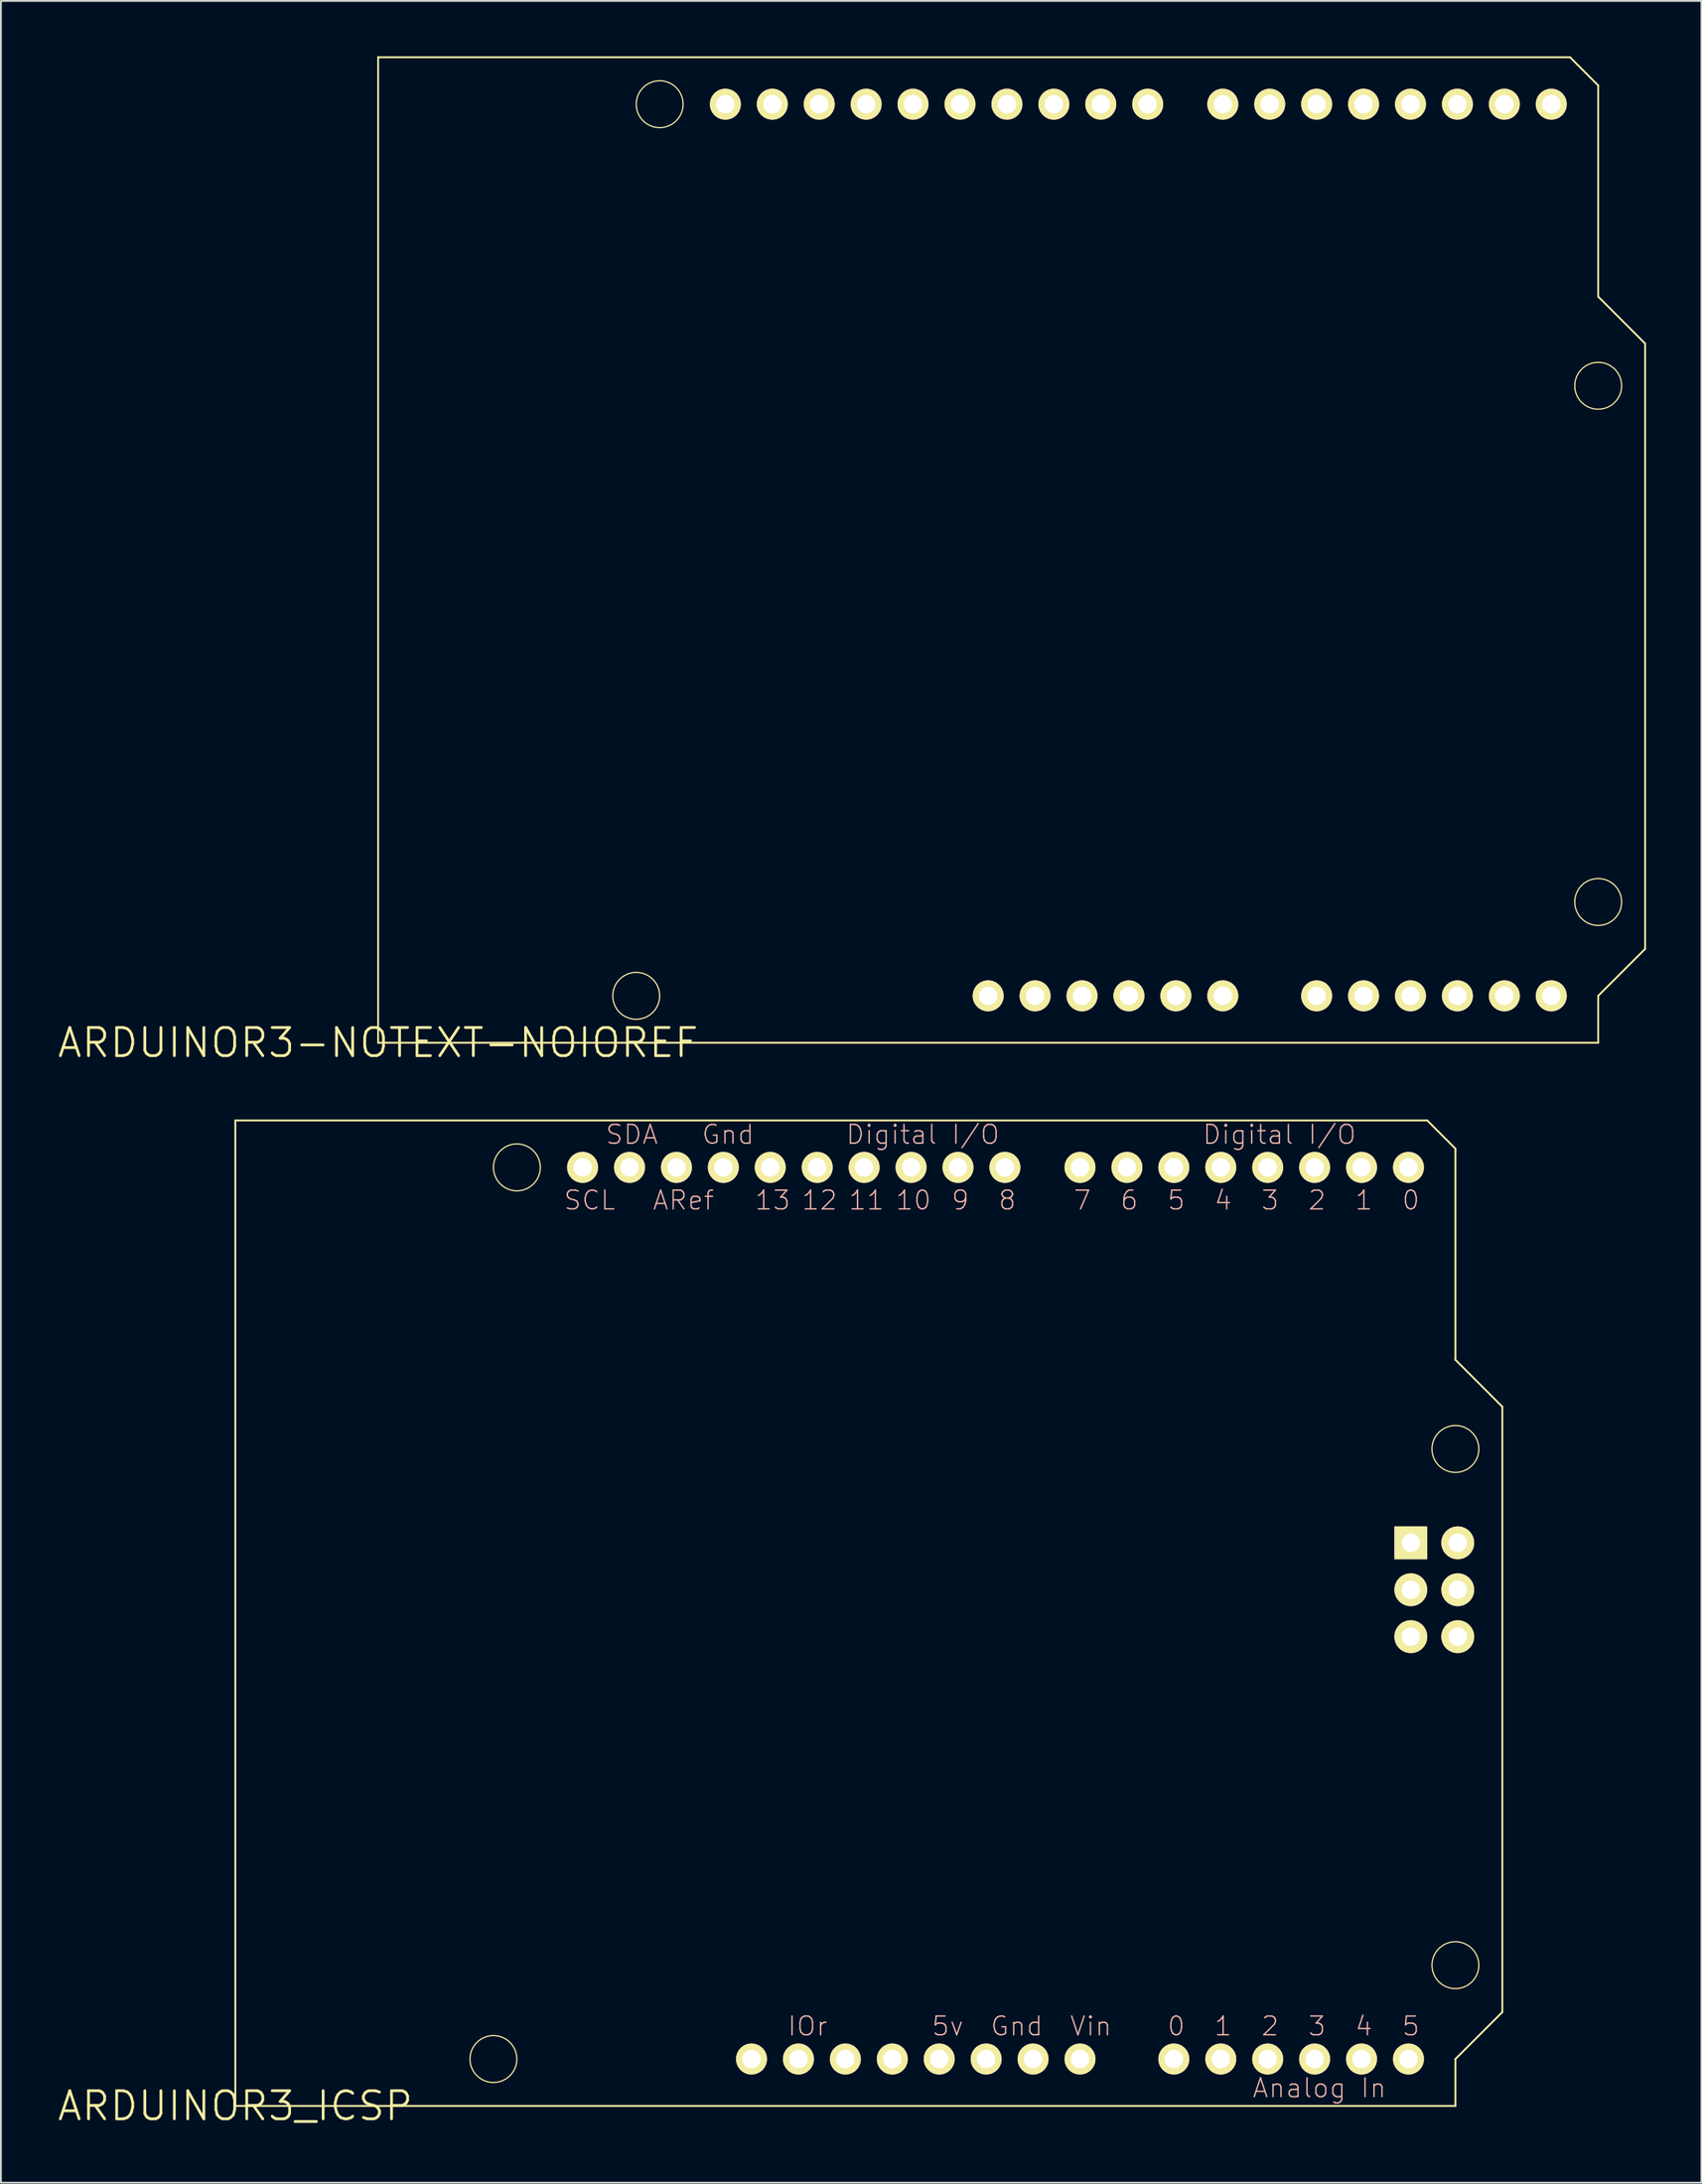
<source format=kicad_pcb>
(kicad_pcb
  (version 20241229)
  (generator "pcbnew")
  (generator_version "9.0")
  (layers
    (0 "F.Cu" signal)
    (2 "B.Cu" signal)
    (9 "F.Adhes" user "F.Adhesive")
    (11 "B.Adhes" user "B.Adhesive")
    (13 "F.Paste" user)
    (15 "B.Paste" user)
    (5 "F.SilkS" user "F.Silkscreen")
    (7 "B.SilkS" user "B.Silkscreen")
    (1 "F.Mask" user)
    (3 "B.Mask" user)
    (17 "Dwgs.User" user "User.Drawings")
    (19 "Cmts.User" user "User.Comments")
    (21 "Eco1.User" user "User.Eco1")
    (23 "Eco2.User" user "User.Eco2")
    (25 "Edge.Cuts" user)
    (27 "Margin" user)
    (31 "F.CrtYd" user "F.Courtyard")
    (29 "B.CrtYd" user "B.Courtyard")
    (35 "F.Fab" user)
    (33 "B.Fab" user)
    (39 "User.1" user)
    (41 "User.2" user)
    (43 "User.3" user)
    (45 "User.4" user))
  (footprint "ARDUINOR3_ICSP"
    (layer "F.Cu")
    (at 9.688 110.935)
    (property "Reference" "ARDUINOR3_ICSP" (at 0 0 0) (layer "F.SilkS") (effects (font (size 1.524 1.524) (thickness 0.15))))
    (attr exclude_from_pos_files exclude_from_bom)
    (fp_line (start 0 -53.34) (end 0 0) (stroke (width 0.1) (type solid)) (layer "F.SilkS"))
    (fp_line (start 0 0) (end 66.04 0) (stroke (width 0.1) (type solid)) (layer "F.SilkS"))
    (fp_line (start 64.516 -53.34) (end 0 -53.34) (stroke (width 0.1) (type solid)) (layer "F.SilkS"))
    (fp_line (start 66.04 -51.816) (end 64.516 -53.34) (stroke (width 0.1) (type solid)) (layer "F.SilkS"))
    (fp_line (start 66.04 -40.386) (end 66.04 -51.816) (stroke (width 0.1) (type solid)) (layer "F.SilkS"))
    (fp_line (start 66.04 -2.54) (end 68.58 -5.08) (stroke (width 0.1) (type solid)) (layer "F.SilkS"))
    (fp_line (start 66.04 0) (end 66.04 -2.54) (stroke (width 0.1) (type solid)) (layer "F.SilkS"))
    (fp_line (start 68.58 -37.846) (end 66.04 -40.386) (stroke (width 0.1) (type solid)) (layer "F.SilkS"))
    (fp_line (start 68.58 -5.08) (end 68.58 -37.846) (stroke (width 0.1) (type solid)) (layer "F.SilkS"))
    (fp_circle (center 13.97 -2.54) (end 14.867 -3.437) (stroke (width 0.064) (type solid)) (fill no) (layer "F.SilkS"))
    (fp_circle (center 15.24 -50.8) (end 16.137 -51.697) (stroke (width 0.064) (type solid)) (fill no) (layer "F.SilkS"))
    (fp_circle (center 66.04 -35.56) (end 66.937 -36.457) (stroke (width 0.064) (type solid)) (fill no) (layer "F.SilkS"))
    (fp_circle (center 66.04 -7.62) (end 66.937 -8.517) (stroke (width 0.064) (type solid)) (fill no) (layer "F.SilkS"))
    (fp_text user "Digital I/O" (at 37.211 -52.578 0) (layer "B.SilkS") (effects (font (size 1.016 1.016) (thickness 0.076))))
    (fp_text user "Gnd" (at 26.67 -52.578 0) (layer "B.SilkS") (effects (font (size 1.016 1.016) (thickness 0.076))))
    (fp_text user "Vin" (at 46.309 -4.318 0) (layer "B.SilkS") (effects (font (size 1.016 1.016) (thickness 0.076))))
    (fp_text user "12" (at 31.623 -49.022 180) (layer "B.SilkS") (effects (font (size 1.016 1.016) (thickness 0.076))))
    (fp_text user "0" (at 63.627 -49.022 180) (layer "B.SilkS") (effects (font (size 1.016 1.016) (thickness 0.076))))
    (fp_text user "0" (at 50.927 -4.318 0) (layer "B.SilkS") (effects (font (size 1.016 1.016) (thickness 0.076))))
    (fp_text user "9" (at 39.243 -49.022 180) (layer "B.SilkS") (effects (font (size 1.016 1.016) (thickness 0.076))))
    (fp_text user "SDA" (at 21.463 -52.578 0) (layer "B.SilkS") (effects (font (size 1.016 1.016) (thickness 0.076))))
    (fp_text user "Analog In" (at 58.682 -0.97 0) (layer "B.SilkS") (effects (font (size 1.016 1.016) (thickness 0.076))))
    (fp_text user "ARef" (at 24.257 -49.022 0) (layer "B.SilkS") (effects (font (size 1.016 1.016) (thickness 0.076))))
    (fp_text user "11" (at 34.163 -49.022 180) (layer "B.SilkS") (effects (font (size 1.016 1.016) (thickness 0.076))))
    (fp_text user "4" (at 53.467 -49.022 180) (layer "B.SilkS") (effects (font (size 1.016 1.016) (thickness 0.076))))
    (fp_text user "SCL" (at 19.177 -49.022 0) (layer "B.SilkS") (effects (font (size 1.016 1.016) (thickness 0.076))))
    (fp_text user "4" (at 61.084 -4.318 0) (layer "B.SilkS") (effects (font (size 1.016 1.016) (thickness 0.076))))
    (fp_text user "10" (at 36.703 -49.022 180) (layer "B.SilkS") (effects (font (size 1.016 1.016) (thickness 0.076))))
    (fp_text user "5v" (at 38.562 -4.318 0) (layer "B.SilkS") (effects (font (size 1.016 1.016) (thickness 0.076))))
    (fp_text user "5" (at 63.627 -4.318 0) (layer "B.SilkS") (effects (font (size 1.016 1.016) (thickness 0.076))))
    (fp_text user "8" (at 41.783 -49.022 180) (layer "B.SilkS") (effects (font (size 1.016 1.016) (thickness 0.076))))
    (fp_text user "5" (at 50.927 -49.022 180) (layer "B.SilkS") (effects (font (size 1.016 1.016) (thickness 0.076))))
    (fp_text user "3" (at 58.547 -4.318 0) (layer "B.SilkS") (effects (font (size 1.016 1.016) (thickness 0.076))))
    (fp_text user "Gnd" (at 42.299 -4.318 0) (layer "B.SilkS") (effects (font (size 1.016 1.016) (thickness 0.076))))
    (fp_text user "6" (at 48.387 -49.022 180) (layer "B.SilkS") (effects (font (size 1.016 1.016) (thickness 0.076))))
    (fp_text user "13" (at 29.083 -49.022 180) (layer "B.SilkS") (effects (font (size 1.016 1.016) (thickness 0.076))))
    (fp_text user "2" (at 58.547 -49.022 180) (layer "B.SilkS") (effects (font (size 1.016 1.016) (thickness 0.076))))
    (fp_text user "7" (at 45.847 -49.022 180) (layer "B.SilkS") (effects (font (size 1.016 1.016) (thickness 0.076))))
    (fp_text user "3" (at 56.007 -49.022 180) (layer "B.SilkS") (effects (font (size 1.016 1.016) (thickness 0.076))))
    (fp_text user "2" (at 56.007 -4.318 0) (layer "B.SilkS") (effects (font (size 1.016 1.016) (thickness 0.076))))
    (fp_text user "1" (at 53.467 -4.318 0) (layer "B.SilkS") (effects (font (size 1.016 1.016) (thickness 0.076))))
    (fp_text user "Digital I/O" (at 56.515 -52.578 0) (layer "B.SilkS") (effects (font (size 1.016 1.016) (thickness 0.076))))
    (fp_text user "IOr" (at 30.978 -4.318 0) (layer "B.SilkS") (effects (font (size 1.016 1.016) (thickness 0.076))))
    (fp_text user "1" (at 61.084 -49.022 180) (layer "B.SilkS") (effects (font (size 1.016 1.016) (thickness 0.076))))
    (pad "3V" thru_hole circle (at 35.56 -2.54) (size 1.676 1.676) (drill 0.998) (layers "*.Cu" "F.Mask" "F.SilkS" "F.Paste"))
    (pad "5V" thru_hole circle (at 38.1 -2.54) (size 1.676 1.676) (drill 0.998) (layers "*.Cu" "F.Mask" "F.SilkS" "F.Paste"))
    (pad "5V_I" thru_hole circle (at 66.167 -30.48) (size 1.778 1.778) (drill 0.998) (layers "*.Cu" "F.Mask" "F.SilkS" "F.Paste"))
    (pad "A0" thru_hole circle (at 50.8 -2.54) (size 1.676 1.676) (drill 0.998) (layers "*.Cu" "F.Mask" "F.SilkS" "F.Paste"))
    (pad "A1" thru_hole circle (at 53.34 -2.54) (size 1.676 1.676) (drill 0.998) (layers "*.Cu" "F.Mask" "F.SilkS" "F.Paste"))
    (pad "A2" thru_hole circle (at 55.88 -2.54) (size 1.676 1.676) (drill 0.998) (layers "*.Cu" "F.Mask" "F.SilkS" "F.Paste"))
    (pad "A3" thru_hole circle (at 58.42 -2.54) (size 1.676 1.676) (drill 0.998) (layers "*.Cu" "F.Mask" "F.SilkS" "F.Paste"))
    (pad "A4" thru_hole circle (at 60.96 -2.54) (size 1.676 1.676) (drill 0.998) (layers "*.Cu" "F.Mask" "F.SilkS" "F.Paste"))
    (pad "A5" thru_hole circle (at 63.5 -2.54) (size 1.676 1.676) (drill 0.998) (layers "*.Cu" "F.Mask" "F.SilkS" "F.Paste"))
    (pad "AREF" thru_hole circle (at 23.876 -50.8) (size 1.676 1.676) (drill 0.998) (layers "*.Cu" "F.Mask" "F.SilkS" "F.Paste"))
    (pad "D0" thru_hole circle (at 63.5 -50.8) (size 1.676 1.676) (drill 0.998) (layers "*.Cu" "F.Mask" "F.SilkS" "F.Paste"))
    (pad "D1" thru_hole circle (at 60.96 -50.8) (size 1.676 1.676) (drill 0.998) (layers "*.Cu" "F.Mask" "F.SilkS" "F.Paste"))
    (pad "D2" thru_hole circle (at 58.42 -50.8) (size 1.676 1.676) (drill 0.998) (layers "*.Cu" "F.Mask" "F.SilkS" "F.Paste"))
    (pad "D3" thru_hole circle (at 55.88 -50.8) (size 1.676 1.676) (drill 0.998) (layers "*.Cu" "F.Mask" "F.SilkS" "F.Paste"))
    (pad "D4" thru_hole circle (at 53.34 -50.8) (size 1.676 1.676) (drill 0.998) (layers "*.Cu" "F.Mask" "F.SilkS" "F.Paste"))
    (pad "D5" thru_hole circle (at 50.8 -50.8) (size 1.676 1.676) (drill 0.998) (layers "*.Cu" "F.Mask" "F.SilkS" "F.Paste"))
    (pad "D6" thru_hole circle (at 48.26 -50.8) (size 1.676 1.676) (drill 0.998) (layers "*.Cu" "F.Mask" "F.SilkS" "F.Paste"))
    (pad "D7" thru_hole circle (at 45.72 -50.8) (size 1.676 1.676) (drill 0.998) (layers "*.Cu" "F.Mask" "F.SilkS" "F.Paste"))
    (pad "D8" thru_hole circle (at 41.656 -50.8) (size 1.676 1.676) (drill 0.998) (layers "*.Cu" "F.Mask" "F.SilkS" "F.Paste"))
    (pad "D9" thru_hole circle (at 39.116 -50.8) (size 1.676 1.676) (drill 0.998) (layers "*.Cu" "F.Mask" "F.SilkS" "F.Paste"))
    (pad "D10" thru_hole circle (at 36.576 -50.8) (size 1.676 1.676) (drill 0.998) (layers "*.Cu" "F.Mask" "F.SilkS" "F.Paste"))
    (pad "D11" thru_hole circle (at 34.036 -50.8) (size 1.676 1.676) (drill 0.998) (layers "*.Cu" "F.Mask" "F.SilkS" "F.Paste"))
    (pad "D12" thru_hole circle (at 31.496 -50.8) (size 1.676 1.676) (drill 0.998) (layers "*.Cu" "F.Mask" "F.SilkS" "F.Paste"))
    (pad "D13" thru_hole circle (at 28.953 -50.8) (size 1.676 1.676) (drill 0.998) (layers "*.Cu" "F.Mask" "F.SilkS" "F.Paste"))
    (pad "GND" thru_hole circle (at 26.416 -50.8) (size 1.676 1.676) (drill 0.998) (layers "*.Cu" "F.Mask" "F.SilkS" "F.Paste"))
    (pad "GND@" thru_hole circle (at 40.64 -2.54) (size 1.676 1.676) (drill 0.998) (layers "*.Cu" "F.Mask" "F.SilkS" "F.Paste"))
    (pad "GND@" thru_hole circle (at 43.18 -2.54) (size 1.676 1.676) (drill 0.998) (layers "*.Cu" "F.Mask" "F.SilkS" "F.Paste"))
    (pad "GND@" thru_hole circle (at 66.167 -25.4) (size 1.778 1.778) (drill 0.998) (layers "*.Cu" "F.Mask" "F.SilkS" "F.Paste"))
    (pad "IORE" thru_hole circle (at 30.48 -2.54) (size 1.676 1.676) (drill 0.998) (layers "*.Cu" "F.Mask" "F.SilkS" "F.Paste"))
    (pad "MISO" thru_hole rect (at 63.627 -30.48) (size 1.778 1.778) (drill 0.998) (layers "*.Cu" "F.Mask" "F.SilkS" "F.Paste"))
    (pad "MOSI" thru_hole circle (at 66.167 -27.94) (size 1.778 1.778) (drill 0.998) (layers "*.Cu" "F.Mask" "F.SilkS" "F.Paste"))
    (pad "RESE" thru_hole circle (at 27.94 -2.54) (size 1.676 1.676) (drill 0.998) (layers "*.Cu" "F.Mask" "F.SilkS" "F.Paste"))
    (pad "RESE" thru_hole circle (at 33.02 -2.54) (size 1.676 1.676) (drill 0.998) (layers "*.Cu" "F.Mask" "F.SilkS" "F.Paste"))
    (pad "RESE" thru_hole circle (at 63.627 -25.4) (size 1.778 1.778) (drill 0.998) (layers "*.Cu" "F.Mask" "F.SilkS" "F.Paste"))
    (pad "SCK" thru_hole circle (at 63.627 -27.94) (size 1.778 1.778) (drill 0.998) (layers "*.Cu" "F.Mask" "F.SilkS" "F.Paste"))
    (pad "SCL" thru_hole circle (at 18.796 -50.8) (size 1.676 1.676) (drill 0.998) (layers "*.Cu" "F.Mask" "F.SilkS" "F.Paste"))
    (pad "SDA" thru_hole circle (at 21.336 -50.8) (size 1.676 1.676) (drill 0.998) (layers "*.Cu" "F.Mask" "F.SilkS" "F.Paste"))
    (pad "VIN" thru_hole circle (at 45.72 -2.54) (size 1.676 1.676) (drill 0.998) (layers "*.Cu" "F.Mask" "F.SilkS" "F.Paste")))
  (footprint "ARDUINOR3-NOTEXT-NOIOREF"
    (layer "F.Cu")
    (at 17.417 53.39)
    (property "Reference" "ARDUINOR3-NOTEXT-NOIOREF" (at 0 0 0) (layer "F.SilkS") (effects (font (size 1.524 1.524) (thickness 0.15))))
    (attr exclude_from_pos_files exclude_from_bom)
    (fp_line (start 0 -53.34) (end 0 0) (stroke (width 0.1) (type solid)) (layer "F.SilkS"))
    (fp_line (start 0 0) (end 66.04 0) (stroke (width 0.1) (type solid)) (layer "F.SilkS"))
    (fp_line (start 64.516 -53.34) (end 0 -53.34) (stroke (width 0.1) (type solid)) (layer "F.SilkS"))
    (fp_line (start 66.04 -51.816) (end 64.516 -53.34) (stroke (width 0.1) (type solid)) (layer "F.SilkS"))
    (fp_line (start 66.04 -40.386) (end 66.04 -51.816) (stroke (width 0.1) (type solid)) (layer "F.SilkS"))
    (fp_line (start 66.04 -2.54) (end 68.58 -5.08) (stroke (width 0.1) (type solid)) (layer "F.SilkS"))
    (fp_line (start 66.04 0) (end 66.04 -2.54) (stroke (width 0.1) (type solid)) (layer "F.SilkS"))
    (fp_line (start 68.58 -37.846) (end 66.04 -40.386) (stroke (width 0.1) (type solid)) (layer "F.SilkS"))
    (fp_line (start 68.58 -5.08) (end 68.58 -37.846) (stroke (width 0.1) (type solid)) (layer "F.SilkS"))
    (fp_circle (center 13.97 -2.54) (end 14.867 -3.437) (stroke (width 0.064) (type solid)) (fill no) (layer "F.SilkS"))
    (fp_circle (center 15.24 -50.8) (end 16.137 -51.697) (stroke (width 0.064) (type solid)) (fill no) (layer "F.SilkS"))
    (fp_circle (center 66.04 -35.56) (end 66.937 -36.457) (stroke (width 0.064) (type solid)) (fill no) (layer "F.SilkS"))
    (fp_circle (center 66.04 -7.62) (end 66.937 -8.517) (stroke (width 0.064) (type solid)) (fill no) (layer "F.SilkS"))
    (pad "3V" thru_hole circle (at 35.56 -2.54) (size 1.676 1.676) (drill 0.998) (layers "*.Cu" "F.Mask" "F.SilkS" "F.Paste"))
    (pad "5V" thru_hole circle (at 38.1 -2.54) (size 1.676 1.676) (drill 0.998) (layers "*.Cu" "F.Mask" "F.SilkS" "F.Paste"))
    (pad "A0" thru_hole circle (at 50.8 -2.54) (size 1.676 1.676) (drill 0.998) (layers "*.Cu" "F.Mask" "F.SilkS" "F.Paste"))
    (pad "A1" thru_hole circle (at 53.34 -2.54) (size 1.676 1.676) (drill 0.998) (layers "*.Cu" "F.Mask" "F.SilkS" "F.Paste"))
    (pad "A2" thru_hole circle (at 55.88 -2.54) (size 1.676 1.676) (drill 0.998) (layers "*.Cu" "F.Mask" "F.SilkS" "F.Paste"))
    (pad "A3" thru_hole circle (at 58.42 -2.54) (size 1.676 1.676) (drill 0.998) (layers "*.Cu" "F.Mask" "F.SilkS" "F.Paste"))
    (pad "A4" thru_hole circle (at 60.96 -2.54) (size 1.676 1.676) (drill 0.998) (layers "*.Cu" "F.Mask" "F.SilkS" "F.Paste"))
    (pad "A5" thru_hole circle (at 63.5 -2.54) (size 1.676 1.676) (drill 0.998) (layers "*.Cu" "F.Mask" "F.SilkS" "F.Paste"))
    (pad "AREF" thru_hole circle (at 23.876 -50.8) (size 1.676 1.676) (drill 0.998) (layers "*.Cu" "F.Mask" "F.SilkS" "F.Paste"))
    (pad "D0" thru_hole circle (at 63.5 -50.8) (size 1.676 1.676) (drill 0.998) (layers "*.Cu" "F.Mask" "F.SilkS" "F.Paste"))
    (pad "D1" thru_hole circle (at 60.96 -50.8) (size 1.676 1.676) (drill 0.998) (layers "*.Cu" "F.Mask" "F.SilkS" "F.Paste"))
    (pad "D2" thru_hole circle (at 58.42 -50.8) (size 1.676 1.676) (drill 0.998) (layers "*.Cu" "F.Mask" "F.SilkS" "F.Paste"))
    (pad "D3" thru_hole circle (at 55.88 -50.8) (size 1.676 1.676) (drill 0.998) (layers "*.Cu" "F.Mask" "F.SilkS" "F.Paste"))
    (pad "D4" thru_hole circle (at 53.34 -50.8) (size 1.676 1.676) (drill 0.998) (layers "*.Cu" "F.Mask" "F.SilkS" "F.Paste"))
    (pad "D5" thru_hole circle (at 50.8 -50.8) (size 1.676 1.676) (drill 0.998) (layers "*.Cu" "F.Mask" "F.SilkS" "F.Paste"))
    (pad "D6" thru_hole circle (at 48.26 -50.8) (size 1.676 1.676) (drill 0.998) (layers "*.Cu" "F.Mask" "F.SilkS" "F.Paste"))
    (pad "D7" thru_hole circle (at 45.72 -50.8) (size 1.676 1.676) (drill 0.998) (layers "*.Cu" "F.Mask" "F.SilkS" "F.Paste"))
    (pad "D8" thru_hole circle (at 41.656 -50.8) (size 1.676 1.676) (drill 0.998) (layers "*.Cu" "F.Mask" "F.SilkS" "F.Paste"))
    (pad "D9" thru_hole circle (at 39.116 -50.8) (size 1.676 1.676) (drill 0.998) (layers "*.Cu" "F.Mask" "F.SilkS" "F.Paste"))
    (pad "D10" thru_hole circle (at 36.576 -50.8) (size 1.676 1.676) (drill 0.998) (layers "*.Cu" "F.Mask" "F.SilkS" "F.Paste"))
    (pad "D11" thru_hole circle (at 34.036 -50.8) (size 1.676 1.676) (drill 0.998) (layers "*.Cu" "F.Mask" "F.SilkS" "F.Paste"))
    (pad "D12" thru_hole circle (at 31.496 -50.8) (size 1.676 1.676) (drill 0.998) (layers "*.Cu" "F.Mask" "F.SilkS" "F.Paste"))
    (pad "D13" thru_hole circle (at 28.953 -50.8) (size 1.676 1.676) (drill 0.998) (layers "*.Cu" "F.Mask" "F.SilkS" "F.Paste"))
    (pad "GND" thru_hole circle (at 26.416 -50.8) (size 1.676 1.676) (drill 0.998) (layers "*.Cu" "F.Mask" "F.SilkS" "F.Paste"))
    (pad "GND1" thru_hole circle (at 43.18 -2.54) (size 1.676 1.676) (drill 0.998) (layers "*.Cu" "F.Mask" "F.SilkS" "F.Paste"))
    (pad "GND2" thru_hole circle (at 40.64 -2.54) (size 1.676 1.676) (drill 0.998) (layers "*.Cu" "F.Mask" "F.SilkS" "F.Paste"))
    (pad "RESE" thru_hole circle (at 33.02 -2.54) (size 1.676 1.676) (drill 0.998) (layers "*.Cu" "F.Mask" "F.SilkS" "F.Paste"))
    (pad "SCL" thru_hole circle (at 18.796 -50.8) (size 1.676 1.676) (drill 0.998) (layers "*.Cu" "F.Mask" "F.SilkS" "F.Paste"))
    (pad "SDA" thru_hole circle (at 21.336 -50.8) (size 1.676 1.676) (drill 0.998) (layers "*.Cu" "F.Mask" "F.SilkS" "F.Paste"))
    (pad "VIN" thru_hole circle (at 45.72 -2.54) (size 1.676 1.676) (drill 0.998) (layers "*.Cu" "F.Mask" "F.SilkS" "F.Paste")))
  (gr_rect
    (start -3 -3)
    (end 89.047 115.09)
    (stroke (width 0.1) (type default))
    (fill no)
    (layer "Edge.Cuts")))
</source>
